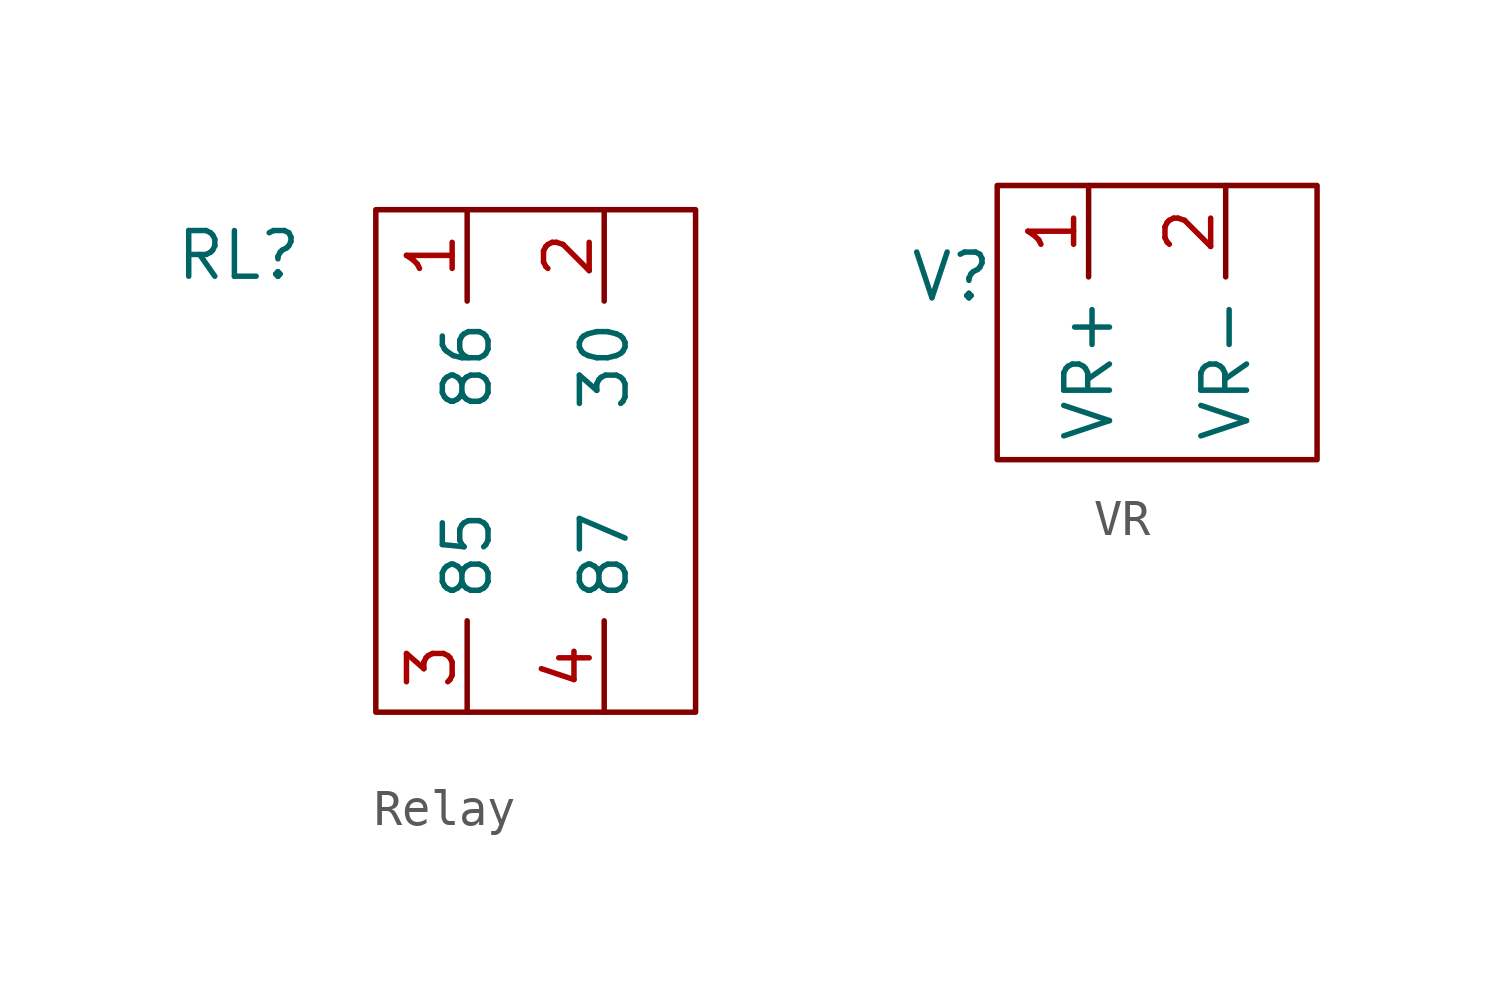
<source format=kicad_sym>
(kicad_symbol_lib
  (version 20241209)
  (generator "kicad_symbol_editor")
  (generator_version "9.0")
  (symbol "Relay"
    (property "Reference" "RL"
      (at 0 0 0)
      (effects (font (size 1.27 1.27))))
    (property "Value" ""
      (at 0 0 0)
      (effects (font (size 1.27 1.27))))
    (symbol "Relay_0_1"
      (rectangle (start 3.81 1.27) (end 12.7 -12.7) (stroke (width 0) (type default)) (fill (type none))))
    (symbol "Relay_1_1"
      (pin input line (at 6.35 1.27 270) (length 2.54) (name "86" (effects (font (size 1.27 1.27)))) (number "1" (effects (font (size 1.27 1.27)))))
      (pin input line (at 6.35 -12.7 90) (length 2.54) (name "85" (effects (font (size 1.27 1.27)))) (number "3" (effects (font (size 1.27 1.27)))))
      (pin input line (at 10.16 1.27 270) (length 2.54) (name "30" (effects (font (size 1.27 1.27)))) (number "2" (effects (font (size 1.27 1.27)))))
      (pin input line (at 10.16 -12.7 90) (length 2.54) (name "87" (effects (font (size 1.27 1.27)))) (number "4" (effects (font (size 1.27 1.27)))))))
  (symbol "VR"
    (property "Reference" "V"
      (at 0 0 0)
      (effects (font (size 1.27 1.27))))
    (property "Value" ""
      (at 0 0 0)
      (effects (font (size 1.27 1.27))))
    (symbol "VR_0_1"
      (rectangle (start 1.27 2.54) (end 10.16 -5.08) (stroke (width 0) (type default)) (fill (type none))))
    (symbol "VR_1_1"
      (pin output line (at 3.81 2.54 270) (length 2.54) (name "VR+" (effects (font (size 1.27 1.27)))) (number "1" (effects (font (size 1.27 1.27)))))
      (pin output line (at 7.62 2.54 270) (length 2.54) (name "VR-" (effects (font (size 1.27 1.27)))) (number "2" (effects (font (size 1.27 1.27))))))))
</source>
